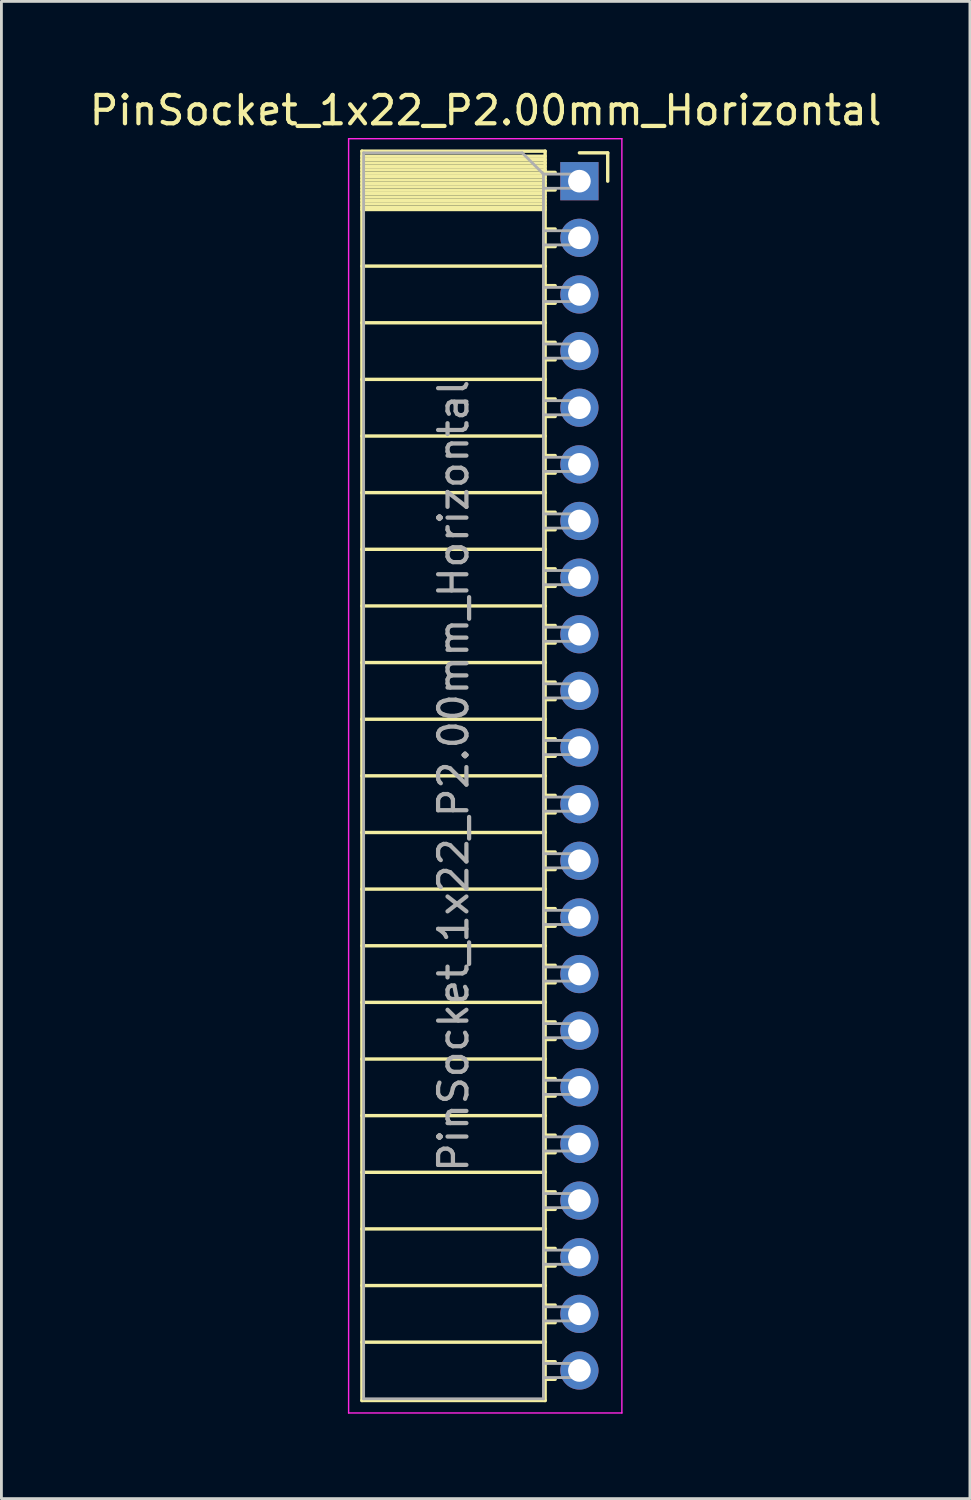
<source format=kicad_pcb>
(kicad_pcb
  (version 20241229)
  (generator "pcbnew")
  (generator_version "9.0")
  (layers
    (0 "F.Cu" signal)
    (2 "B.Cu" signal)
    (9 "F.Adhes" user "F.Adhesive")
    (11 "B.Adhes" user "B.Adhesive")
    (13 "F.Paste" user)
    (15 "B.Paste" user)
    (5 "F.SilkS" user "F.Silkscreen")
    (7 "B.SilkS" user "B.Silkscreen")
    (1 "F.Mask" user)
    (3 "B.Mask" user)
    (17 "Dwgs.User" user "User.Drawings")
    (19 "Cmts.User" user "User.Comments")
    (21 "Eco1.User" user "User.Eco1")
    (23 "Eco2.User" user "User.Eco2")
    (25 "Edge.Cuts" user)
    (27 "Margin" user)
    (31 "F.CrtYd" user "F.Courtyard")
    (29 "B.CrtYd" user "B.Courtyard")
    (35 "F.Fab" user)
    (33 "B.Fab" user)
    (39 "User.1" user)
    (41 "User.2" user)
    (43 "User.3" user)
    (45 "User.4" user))
  (footprint "PinSocket_1x22_P2.00mm_Horizontal"
    (layer "F.Cu")
    (at 17.411 3.348)
    (property "Reference" "PinSocket_1x22_P2.00mm_Horizontal" (at -3.31 -2.5 0) (layer "F.SilkS") (effects (font (size 1 1) (thickness 0.15))))
    (attr through_hole)
    (fp_line (start -7.68 -1.06) (end -1.21 -1.06) (stroke (width 0.12) (type solid)) (layer "F.SilkS"))
    (fp_line (start -7.68 -0.88) (end -1.21 -0.88) (stroke (width 0.12) (type solid)) (layer "F.SilkS"))
    (fp_line (start -7.68 -0.76) (end -1.21 -0.76) (stroke (width 0.12) (type solid)) (layer "F.SilkS"))
    (fp_line (start -7.68 -0.64) (end -1.21 -0.64) (stroke (width 0.12) (type solid)) (layer "F.SilkS"))
    (fp_line (start -7.68 -0.52) (end -1.21 -0.52) (stroke (width 0.12) (type solid)) (layer "F.SilkS"))
    (fp_line (start -7.68 -0.4) (end -1.21 -0.4) (stroke (width 0.12) (type solid)) (layer "F.SilkS"))
    (fp_line (start -7.68 -0.28) (end -1.21 -0.28) (stroke (width 0.12) (type solid)) (layer "F.SilkS"))
    (fp_line (start -7.68 -0.16) (end -1.21 -0.16) (stroke (width 0.12) (type solid)) (layer "F.SilkS"))
    (fp_line (start -7.68 -0.04) (end -1.21 -0.04) (stroke (width 0.12) (type solid)) (layer "F.SilkS"))
    (fp_line (start -7.68 0.08) (end -1.21 0.08) (stroke (width 0.12) (type solid)) (layer "F.SilkS"))
    (fp_line (start -7.68 0.2) (end -1.21 0.2) (stroke (width 0.12) (type solid)) (layer "F.SilkS"))
    (fp_line (start -7.68 0.32) (end -1.21 0.32) (stroke (width 0.12) (type solid)) (layer "F.SilkS"))
    (fp_line (start -7.68 0.44) (end -1.21 0.44) (stroke (width 0.12) (type solid)) (layer "F.SilkS"))
    (fp_line (start -7.68 0.56) (end -1.21 0.56) (stroke (width 0.12) (type solid)) (layer "F.SilkS"))
    (fp_line (start -7.68 0.68) (end -1.21 0.68) (stroke (width 0.12) (type solid)) (layer "F.SilkS"))
    (fp_line (start -7.68 0.8) (end -1.21 0.8) (stroke (width 0.12) (type solid)) (layer "F.SilkS"))
    (fp_line (start -7.68 0.92) (end -1.21 0.92) (stroke (width 0.12) (type solid)) (layer "F.SilkS"))
    (fp_line (start -7.68 1) (end -1.21 1) (stroke (width 0.12) (type solid)) (layer "F.SilkS"))
    (fp_line (start -7.68 3) (end -1.21 3) (stroke (width 0.12) (type solid)) (layer "F.SilkS"))
    (fp_line (start -7.68 5) (end -1.21 5) (stroke (width 0.12) (type solid)) (layer "F.SilkS"))
    (fp_line (start -7.68 7) (end -1.21 7) (stroke (width 0.12) (type solid)) (layer "F.SilkS"))
    (fp_line (start -7.68 9) (end -1.21 9) (stroke (width 0.12) (type solid)) (layer "F.SilkS"))
    (fp_line (start -7.68 11) (end -1.21 11) (stroke (width 0.12) (type solid)) (layer "F.SilkS"))
    (fp_line (start -7.68 13) (end -1.21 13) (stroke (width 0.12) (type solid)) (layer "F.SilkS"))
    (fp_line (start -7.68 15) (end -1.21 15) (stroke (width 0.12) (type solid)) (layer "F.SilkS"))
    (fp_line (start -7.68 17) (end -1.21 17) (stroke (width 0.12) (type solid)) (layer "F.SilkS"))
    (fp_line (start -7.68 19) (end -1.21 19) (stroke (width 0.12) (type solid)) (layer "F.SilkS"))
    (fp_line (start -7.68 21) (end -1.21 21) (stroke (width 0.12) (type solid)) (layer "F.SilkS"))
    (fp_line (start -7.68 23) (end -1.21 23) (stroke (width 0.12) (type solid)) (layer "F.SilkS"))
    (fp_line (start -7.68 25) (end -1.21 25) (stroke (width 0.12) (type solid)) (layer "F.SilkS"))
    (fp_line (start -7.68 27) (end -1.21 27) (stroke (width 0.12) (type solid)) (layer "F.SilkS"))
    (fp_line (start -7.68 29) (end -1.21 29) (stroke (width 0.12) (type solid)) (layer "F.SilkS"))
    (fp_line (start -7.68 31) (end -1.21 31) (stroke (width 0.12) (type solid)) (layer "F.SilkS"))
    (fp_line (start -7.68 33) (end -1.21 33) (stroke (width 0.12) (type solid)) (layer "F.SilkS"))
    (fp_line (start -7.68 35) (end -1.21 35) (stroke (width 0.12) (type solid)) (layer "F.SilkS"))
    (fp_line (start -7.68 37) (end -1.21 37) (stroke (width 0.12) (type solid)) (layer "F.SilkS"))
    (fp_line (start -7.68 39) (end -1.21 39) (stroke (width 0.12) (type solid)) (layer "F.SilkS"))
    (fp_line (start -7.68 41) (end -1.21 41) (stroke (width 0.12) (type solid)) (layer "F.SilkS"))
    (fp_line (start -7.68 43.06) (end -7.68 -1.06) (stroke (width 0.12) (type solid)) (layer "F.SilkS"))
    (fp_line (start -1.21 -1.06) (end -1.21 43.06) (stroke (width 0.12) (type solid)) (layer "F.SilkS"))
    (fp_line (start -1.21 -0.31) (end -0.855 -0.31) (stroke (width 0.12) (type solid)) (layer "F.SilkS"))
    (fp_line (start -1.21 1.69) (end -0.855 1.69) (stroke (width 0.12) (type solid)) (layer "F.SilkS"))
    (fp_line (start -1.21 3.69) (end -0.855 3.69) (stroke (width 0.12) (type solid)) (layer "F.SilkS"))
    (fp_line (start -1.21 5.69) (end -0.855 5.69) (stroke (width 0.12) (type solid)) (layer "F.SilkS"))
    (fp_line (start -1.21 7.69) (end -0.855 7.69) (stroke (width 0.12) (type solid)) (layer "F.SilkS"))
    (fp_line (start -1.21 9.69) (end -0.855 9.69) (stroke (width 0.12) (type solid)) (layer "F.SilkS"))
    (fp_line (start -1.21 11.69) (end -0.855 11.69) (stroke (width 0.12) (type solid)) (layer "F.SilkS"))
    (fp_line (start -1.21 13.69) (end -0.855 13.69) (stroke (width 0.12) (type solid)) (layer "F.SilkS"))
    (fp_line (start -1.21 15.69) (end -0.855 15.69) (stroke (width 0.12) (type solid)) (layer "F.SilkS"))
    (fp_line (start -1.21 17.69) (end -0.855 17.69) (stroke (width 0.12) (type solid)) (layer "F.SilkS"))
    (fp_line (start -1.21 19.69) (end -0.855 19.69) (stroke (width 0.12) (type solid)) (layer "F.SilkS"))
    (fp_line (start -1.21 21.69) (end -0.855 21.69) (stroke (width 0.12) (type solid)) (layer "F.SilkS"))
    (fp_line (start -1.21 23.69) (end -0.855 23.69) (stroke (width 0.12) (type solid)) (layer "F.SilkS"))
    (fp_line (start -1.21 25.69) (end -0.855 25.69) (stroke (width 0.12) (type solid)) (layer "F.SilkS"))
    (fp_line (start -1.21 27.69) (end -0.855 27.69) (stroke (width 0.12) (type solid)) (layer "F.SilkS"))
    (fp_line (start -1.21 29.69) (end -0.855 29.69) (stroke (width 0.12) (type solid)) (layer "F.SilkS"))
    (fp_line (start -1.21 31.69) (end -0.855 31.69) (stroke (width 0.12) (type solid)) (layer "F.SilkS"))
    (fp_line (start -1.21 33.69) (end -0.855 33.69) (stroke (width 0.12) (type solid)) (layer "F.SilkS"))
    (fp_line (start -1.21 35.69) (end -0.855 35.69) (stroke (width 0.12) (type solid)) (layer "F.SilkS"))
    (fp_line (start -1.21 37.69) (end -0.855 37.69) (stroke (width 0.12) (type solid)) (layer "F.SilkS"))
    (fp_line (start -1.21 39.69) (end -0.855 39.69) (stroke (width 0.12) (type solid)) (layer "F.SilkS"))
    (fp_line (start -1.21 41.69) (end -0.855 41.69) (stroke (width 0.12) (type solid)) (layer "F.SilkS"))
    (fp_line (start -1.21 43.06) (end -7.68 43.06) (stroke (width 0.12) (type solid)) (layer "F.SilkS"))
    (fp_line (start -0.855 0.31) (end -1.21 0.31) (stroke (width 0.12) (type solid)) (layer "F.SilkS"))
    (fp_line (start -0.855 2.31) (end -1.21 2.31) (stroke (width 0.12) (type solid)) (layer "F.SilkS"))
    (fp_line (start -0.855 4.31) (end -1.21 4.31) (stroke (width 0.12) (type solid)) (layer "F.SilkS"))
    (fp_line (start -0.855 6.31) (end -1.21 6.31) (stroke (width 0.12) (type solid)) (layer "F.SilkS"))
    (fp_line (start -0.855 8.31) (end -1.21 8.31) (stroke (width 0.12) (type solid)) (layer "F.SilkS"))
    (fp_line (start -0.855 10.31) (end -1.21 10.31) (stroke (width 0.12) (type solid)) (layer "F.SilkS"))
    (fp_line (start -0.855 12.31) (end -1.21 12.31) (stroke (width 0.12) (type solid)) (layer "F.SilkS"))
    (fp_line (start -0.855 14.31) (end -1.21 14.31) (stroke (width 0.12) (type solid)) (layer "F.SilkS"))
    (fp_line (start -0.855 16.31) (end -1.21 16.31) (stroke (width 0.12) (type solid)) (layer "F.SilkS"))
    (fp_line (start -0.855 18.31) (end -1.21 18.31) (stroke (width 0.12) (type solid)) (layer "F.SilkS"))
    (fp_line (start -0.855 20.31) (end -1.21 20.31) (stroke (width 0.12) (type solid)) (layer "F.SilkS"))
    (fp_line (start -0.855 22.31) (end -1.21 22.31) (stroke (width 0.12) (type solid)) (layer "F.SilkS"))
    (fp_line (start -0.855 24.31) (end -1.21 24.31) (stroke (width 0.12) (type solid)) (layer "F.SilkS"))
    (fp_line (start -0.855 26.31) (end -1.21 26.31) (stroke (width 0.12) (type solid)) (layer "F.SilkS"))
    (fp_line (start -0.855 28.31) (end -1.21 28.31) (stroke (width 0.12) (type solid)) (layer "F.SilkS"))
    (fp_line (start -0.855 30.31) (end -1.21 30.31) (stroke (width 0.12) (type solid)) (layer "F.SilkS"))
    (fp_line (start -0.855 32.31) (end -1.21 32.31) (stroke (width 0.12) (type solid)) (layer "F.SilkS"))
    (fp_line (start -0.855 34.31) (end -1.21 34.31) (stroke (width 0.12) (type solid)) (layer "F.SilkS"))
    (fp_line (start -0.855 36.31) (end -1.21 36.31) (stroke (width 0.12) (type solid)) (layer "F.SilkS"))
    (fp_line (start -0.855 38.31) (end -1.21 38.31) (stroke (width 0.12) (type solid)) (layer "F.SilkS"))
    (fp_line (start -0.855 40.31) (end -1.21 40.31) (stroke (width 0.12) (type solid)) (layer "F.SilkS"))
    (fp_line (start -0.855 42.31) (end -1.21 42.31) (stroke (width 0.12) (type solid)) (layer "F.SilkS"))
    (fp_line (start 0 -1) (end 1 -1) (stroke (width 0.12) (type solid)) (layer "F.SilkS"))
    (fp_line (start 1 -1) (end 1 0) (stroke (width 0.12) (type solid)) (layer "F.SilkS"))
    (fp_line (start -8.15 -1.5) (end -8.15 43.5) (stroke (width 0.05) (type solid)) (layer "F.CrtYd"))
    (fp_line (start -8.15 43.5) (end 1.5 43.5) (stroke (width 0.05) (type solid)) (layer "F.CrtYd"))
    (fp_line (start 1.5 -1.5) (end -8.15 -1.5) (stroke (width 0.05) (type solid)) (layer "F.CrtYd"))
    (fp_line (start 1.5 43.5) (end 1.5 -1.5) (stroke (width 0.05) (type solid)) (layer "F.CrtYd"))
    (fp_line (start -7.62 -1) (end -2.02 -1) (stroke (width 0.1) (type solid)) (layer "F.Fab"))
    (fp_line (start -7.62 43) (end -7.62 -1) (stroke (width 0.1) (type solid)) (layer "F.Fab"))
    (fp_line (start -2.02 -1) (end -1.27 -0.25) (stroke (width 0.1) (type solid)) (layer "F.Fab"))
    (fp_line (start -1.27 -0.25) (end -1.27 43) (stroke (width 0.1) (type solid)) (layer "F.Fab"))
    (fp_line (start -1.27 0.25) (end 0 0.25) (stroke (width 0.1) (type solid)) (layer "F.Fab"))
    (fp_line (start -1.27 2.25) (end 0 2.25) (stroke (width 0.1) (type solid)) (layer "F.Fab"))
    (fp_line (start -1.27 4.25) (end 0 4.25) (stroke (width 0.1) (type solid)) (layer "F.Fab"))
    (fp_line (start -1.27 6.25) (end 0 6.25) (stroke (width 0.1) (type solid)) (layer "F.Fab"))
    (fp_line (start -1.27 8.25) (end 0 8.25) (stroke (width 0.1) (type solid)) (layer "F.Fab"))
    (fp_line (start -1.27 10.25) (end 0 10.25) (stroke (width 0.1) (type solid)) (layer "F.Fab"))
    (fp_line (start -1.27 12.25) (end 0 12.25) (stroke (width 0.1) (type solid)) (layer "F.Fab"))
    (fp_line (start -1.27 14.25) (end 0 14.25) (stroke (width 0.1) (type solid)) (layer "F.Fab"))
    (fp_line (start -1.27 16.25) (end 0 16.25) (stroke (width 0.1) (type solid)) (layer "F.Fab"))
    (fp_line (start -1.27 18.25) (end 0 18.25) (stroke (width 0.1) (type solid)) (layer "F.Fab"))
    (fp_line (start -1.27 20.25) (end 0 20.25) (stroke (width 0.1) (type solid)) (layer "F.Fab"))
    (fp_line (start -1.27 22.25) (end 0 22.25) (stroke (width 0.1) (type solid)) (layer "F.Fab"))
    (fp_line (start -1.27 24.25) (end 0 24.25) (stroke (width 0.1) (type solid)) (layer "F.Fab"))
    (fp_line (start -1.27 26.25) (end 0 26.25) (stroke (width 0.1) (type solid)) (layer "F.Fab"))
    (fp_line (start -1.27 28.25) (end 0 28.25) (stroke (width 0.1) (type solid)) (layer "F.Fab"))
    (fp_line (start -1.27 30.25) (end 0 30.25) (stroke (width 0.1) (type solid)) (layer "F.Fab"))
    (fp_line (start -1.27 32.25) (end 0 32.25) (stroke (width 0.1) (type solid)) (layer "F.Fab"))
    (fp_line (start -1.27 34.25) (end 0 34.25) (stroke (width 0.1) (type solid)) (layer "F.Fab"))
    (fp_line (start -1.27 36.25) (end 0 36.25) (stroke (width 0.1) (type solid)) (layer "F.Fab"))
    (fp_line (start -1.27 38.25) (end 0 38.25) (stroke (width 0.1) (type solid)) (layer "F.Fab"))
    (fp_line (start -1.27 40.25) (end 0 40.25) (stroke (width 0.1) (type solid)) (layer "F.Fab"))
    (fp_line (start -1.27 42.25) (end 0 42.25) (stroke (width 0.1) (type solid)) (layer "F.Fab"))
    (fp_line (start -1.27 43) (end -7.62 43) (stroke (width 0.1) (type solid)) (layer "F.Fab"))
    (fp_line (start 0 -0.25) (end -1.27 -0.25) (stroke (width 0.1) (type solid)) (layer "F.Fab"))
    (fp_line (start 0 0.25) (end 0 -0.25) (stroke (width 0.1) (type solid)) (layer "F.Fab"))
    (fp_line (start 0 1.75) (end -1.27 1.75) (stroke (width 0.1) (type solid)) (layer "F.Fab"))
    (fp_line (start 0 2.25) (end 0 1.75) (stroke (width 0.1) (type solid)) (layer "F.Fab"))
    (fp_line (start 0 3.75) (end -1.27 3.75) (stroke (width 0.1) (type solid)) (layer "F.Fab"))
    (fp_line (start 0 4.25) (end 0 3.75) (stroke (width 0.1) (type solid)) (layer "F.Fab"))
    (fp_line (start 0 5.75) (end -1.27 5.75) (stroke (width 0.1) (type solid)) (layer "F.Fab"))
    (fp_line (start 0 6.25) (end 0 5.75) (stroke (width 0.1) (type solid)) (layer "F.Fab"))
    (fp_line (start 0 7.75) (end -1.27 7.75) (stroke (width 0.1) (type solid)) (layer "F.Fab"))
    (fp_line (start 0 8.25) (end 0 7.75) (stroke (width 0.1) (type solid)) (layer "F.Fab"))
    (fp_line (start 0 9.75) (end -1.27 9.75) (stroke (width 0.1) (type solid)) (layer "F.Fab"))
    (fp_line (start 0 10.25) (end 0 9.75) (stroke (width 0.1) (type solid)) (layer "F.Fab"))
    (fp_line (start 0 11.75) (end -1.27 11.75) (stroke (width 0.1) (type solid)) (layer "F.Fab"))
    (fp_line (start 0 12.25) (end 0 11.75) (stroke (width 0.1) (type solid)) (layer "F.Fab"))
    (fp_line (start 0 13.75) (end -1.27 13.75) (stroke (width 0.1) (type solid)) (layer "F.Fab"))
    (fp_line (start 0 14.25) (end 0 13.75) (stroke (width 0.1) (type solid)) (layer "F.Fab"))
    (fp_line (start 0 15.75) (end -1.27 15.75) (stroke (width 0.1) (type solid)) (layer "F.Fab"))
    (fp_line (start 0 16.25) (end 0 15.75) (stroke (width 0.1) (type solid)) (layer "F.Fab"))
    (fp_line (start 0 17.75) (end -1.27 17.75) (stroke (width 0.1) (type solid)) (layer "F.Fab"))
    (fp_line (start 0 18.25) (end 0 17.75) (stroke (width 0.1) (type solid)) (layer "F.Fab"))
    (fp_line (start 0 19.75) (end -1.27 19.75) (stroke (width 0.1) (type solid)) (layer "F.Fab"))
    (fp_line (start 0 20.25) (end 0 19.75) (stroke (width 0.1) (type solid)) (layer "F.Fab"))
    (fp_line (start 0 21.75) (end -1.27 21.75) (stroke (width 0.1) (type solid)) (layer "F.Fab"))
    (fp_line (start 0 22.25) (end 0 21.75) (stroke (width 0.1) (type solid)) (layer "F.Fab"))
    (fp_line (start 0 23.75) (end -1.27 23.75) (stroke (width 0.1) (type solid)) (layer "F.Fab"))
    (fp_line (start 0 24.25) (end 0 23.75) (stroke (width 0.1) (type solid)) (layer "F.Fab"))
    (fp_line (start 0 25.75) (end -1.27 25.75) (stroke (width 0.1) (type solid)) (layer "F.Fab"))
    (fp_line (start 0 26.25) (end 0 25.75) (stroke (width 0.1) (type solid)) (layer "F.Fab"))
    (fp_line (start 0 27.75) (end -1.27 27.75) (stroke (width 0.1) (type solid)) (layer "F.Fab"))
    (fp_line (start 0 28.25) (end 0 27.75) (stroke (width 0.1) (type solid)) (layer "F.Fab"))
    (fp_line (start 0 29.75) (end -1.27 29.75) (stroke (width 0.1) (type solid)) (layer "F.Fab"))
    (fp_line (start 0 30.25) (end 0 29.75) (stroke (width 0.1) (type solid)) (layer "F.Fab"))
    (fp_line (start 0 31.75) (end -1.27 31.75) (stroke (width 0.1) (type solid)) (layer "F.Fab"))
    (fp_line (start 0 32.25) (end 0 31.75) (stroke (width 0.1) (type solid)) (layer "F.Fab"))
    (fp_line (start 0 33.75) (end -1.27 33.75) (stroke (width 0.1) (type solid)) (layer "F.Fab"))
    (fp_line (start 0 34.25) (end 0 33.75) (stroke (width 0.1) (type solid)) (layer "F.Fab"))
    (fp_line (start 0 35.75) (end -1.27 35.75) (stroke (width 0.1) (type solid)) (layer "F.Fab"))
    (fp_line (start 0 36.25) (end 0 35.75) (stroke (width 0.1) (type solid)) (layer "F.Fab"))
    (fp_line (start 0 37.75) (end -1.27 37.75) (stroke (width 0.1) (type solid)) (layer "F.Fab"))
    (fp_line (start 0 38.25) (end 0 37.75) (stroke (width 0.1) (type solid)) (layer "F.Fab"))
    (fp_line (start 0 39.75) (end -1.27 39.75) (stroke (width 0.1) (type solid)) (layer "F.Fab"))
    (fp_line (start 0 40.25) (end 0 39.75) (stroke (width 0.1) (type solid)) (layer "F.Fab"))
    (fp_line (start 0 41.75) (end -1.27 41.75) (stroke (width 0.1) (type solid)) (layer "F.Fab"))
    (fp_line (start 0 42.25) (end 0 41.75) (stroke (width 0.1) (type solid)) (layer "F.Fab"))
    (fp_text user "${REFERENCE}" (at -4.445 21 90) (layer "F.Fab") (effects (font (size 1 1) (thickness 0.15))))
    (pad "1" thru_hole rect (at 0 0) (size 1.35 1.35) (drill 0.8) (layers "*.Cu" "*.Mask"))
    (pad "2" thru_hole oval (at 0 2) (size 1.35 1.35) (drill 0.8) (layers "*.Cu" "*.Mask"))
    (pad "3" thru_hole oval (at 0 4) (size 1.35 1.35) (drill 0.8) (layers "*.Cu" "*.Mask"))
    (pad "4" thru_hole oval (at 0 6) (size 1.35 1.35) (drill 0.8) (layers "*.Cu" "*.Mask"))
    (pad "5" thru_hole oval (at 0 8) (size 1.35 1.35) (drill 0.8) (layers "*.Cu" "*.Mask"))
    (pad "6" thru_hole oval (at 0 10) (size 1.35 1.35) (drill 0.8) (layers "*.Cu" "*.Mask"))
    (pad "7" thru_hole oval (at 0 12) (size 1.35 1.35) (drill 0.8) (layers "*.Cu" "*.Mask"))
    (pad "8" thru_hole oval (at 0 14) (size 1.35 1.35) (drill 0.8) (layers "*.Cu" "*.Mask"))
    (pad "9" thru_hole oval (at 0 16) (size 1.35 1.35) (drill 0.8) (layers "*.Cu" "*.Mask"))
    (pad "10" thru_hole oval (at 0 18) (size 1.35 1.35) (drill 0.8) (layers "*.Cu" "*.Mask"))
    (pad "11" thru_hole oval (at 0 20) (size 1.35 1.35) (drill 0.8) (layers "*.Cu" "*.Mask"))
    (pad "12" thru_hole oval (at 0 22) (size 1.35 1.35) (drill 0.8) (layers "*.Cu" "*.Mask"))
    (pad "13" thru_hole oval (at 0 24) (size 1.35 1.35) (drill 0.8) (layers "*.Cu" "*.Mask"))
    (pad "14" thru_hole oval (at 0 26) (size 1.35 1.35) (drill 0.8) (layers "*.Cu" "*.Mask"))
    (pad "15" thru_hole oval (at 0 28) (size 1.35 1.35) (drill 0.8) (layers "*.Cu" "*.Mask"))
    (pad "16" thru_hole oval (at 0 30) (size 1.35 1.35) (drill 0.8) (layers "*.Cu" "*.Mask"))
    (pad "17" thru_hole oval (at 0 32) (size 1.35 1.35) (drill 0.8) (layers "*.Cu" "*.Mask"))
    (pad "18" thru_hole oval (at 0 34) (size 1.35 1.35) (drill 0.8) (layers "*.Cu" "*.Mask"))
    (pad "19" thru_hole oval (at 0 36) (size 1.35 1.35) (drill 0.8) (layers "*.Cu" "*.Mask"))
    (pad "20" thru_hole oval (at 0 38) (size 1.35 1.35) (drill 0.8) (layers "*.Cu" "*.Mask"))
    (pad "21" thru_hole oval (at 0 40) (size 1.35 1.35) (drill 0.8) (layers "*.Cu" "*.Mask"))
    (pad "22" thru_hole oval (at 0 42) (size 1.35 1.35) (drill 0.8) (layers "*.Cu" "*.Mask")))
  (gr_rect
    (start -3 -3)
    (end 31.202 49.873)
    (stroke (width 0.1) (type default))
    (fill no)
    (layer "Edge.Cuts")))
</source>
